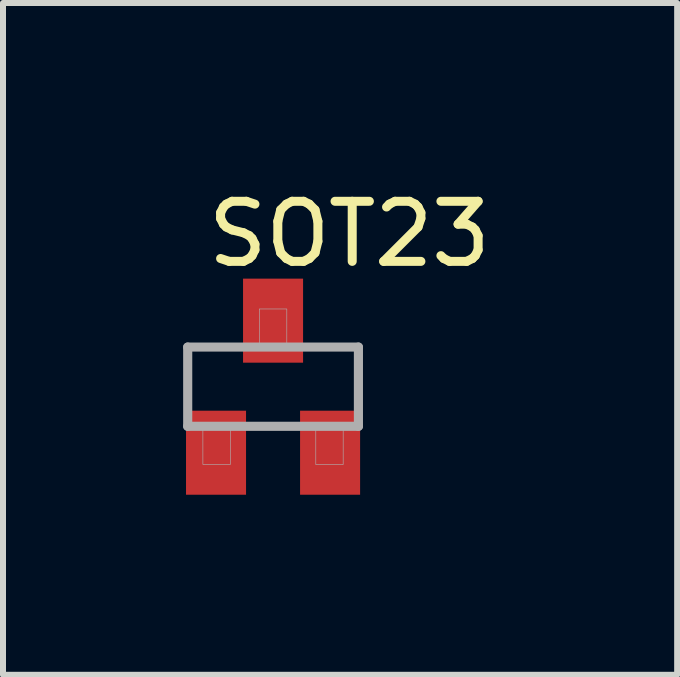
<source format=kicad_pcb>
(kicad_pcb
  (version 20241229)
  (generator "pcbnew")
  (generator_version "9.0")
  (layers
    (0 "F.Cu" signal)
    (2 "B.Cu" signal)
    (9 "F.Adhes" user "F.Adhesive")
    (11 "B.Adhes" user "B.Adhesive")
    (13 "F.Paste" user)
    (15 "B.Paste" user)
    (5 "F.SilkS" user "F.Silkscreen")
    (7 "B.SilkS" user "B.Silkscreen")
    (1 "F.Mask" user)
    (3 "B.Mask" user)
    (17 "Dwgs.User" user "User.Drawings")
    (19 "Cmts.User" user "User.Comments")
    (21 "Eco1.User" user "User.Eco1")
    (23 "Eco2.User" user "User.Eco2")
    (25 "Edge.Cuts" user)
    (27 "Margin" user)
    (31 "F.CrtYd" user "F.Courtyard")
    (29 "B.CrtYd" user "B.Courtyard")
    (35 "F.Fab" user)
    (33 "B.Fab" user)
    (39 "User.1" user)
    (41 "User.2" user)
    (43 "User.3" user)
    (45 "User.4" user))
  (footprint "SOT23"
    (layer "F.Cu")
    (at 1.499 3.392)
    (property "Reference" "SOT23" (at 1.271 -2.543 0) (layer "F.SilkS") (effects (font (size 1.001 1.001) (thickness 0.15))))
    (attr smd)
    (fp_line (start -1.422 -0.66) (end 1.422 -0.66) (stroke (width 0.152) (type solid)) (layer "F.Fab"))
    (fp_line (start -1.422 0.66) (end -1.422 -0.66) (stroke (width 0.152) (type solid)) (layer "F.Fab"))
    (fp_line (start 1.422 -0.66) (end 1.422 0.66) (stroke (width 0.152) (type solid)) (layer "F.Fab"))
    (fp_line (start 1.422 0.66) (end -1.422 0.66) (stroke (width 0.152) (type solid)) (layer "F.Fab"))
    (fp_poly (pts (xy -1.169 0.711) (xy -0.711 0.711) (xy -0.711 1.296) (xy -1.169 1.296)) (stroke (width 0.01) (type solid)) (fill no) (layer "F.Fab"))
    (fp_poly (pts (xy -0.229 -1.295) (xy 0.229 -1.295) (xy 0.229 -0.712) (xy -0.229 -0.712)) (stroke (width 0.01) (type solid)) (fill no) (layer "F.Fab"))
    (fp_poly (pts (xy 0.712 0.711) (xy 1.168 0.711) (xy 1.168 1.298) (xy 0.712 1.298)) (stroke (width 0.01) (type solid)) (fill no) (layer "F.Fab"))
    (pad "1" smd rect (at -0.95 1.1) (size 1 1.4) (layers "F.Cu" "F.Mask" "F.Paste"))
    (pad "2" smd rect (at 0.95 1.1) (size 1 1.4) (layers "F.Cu" "F.Mask" "F.Paste"))
    (pad "3" smd rect (at 0 -1.1) (size 1 1.4) (layers "F.Cu" "F.Mask" "F.Paste")))
  (gr_rect
    (start -3 -3)
    (end 8.231 8.192)
    (stroke (width 0.1) (type default))
    (fill no)
    (layer "Edge.Cuts")))
</source>
